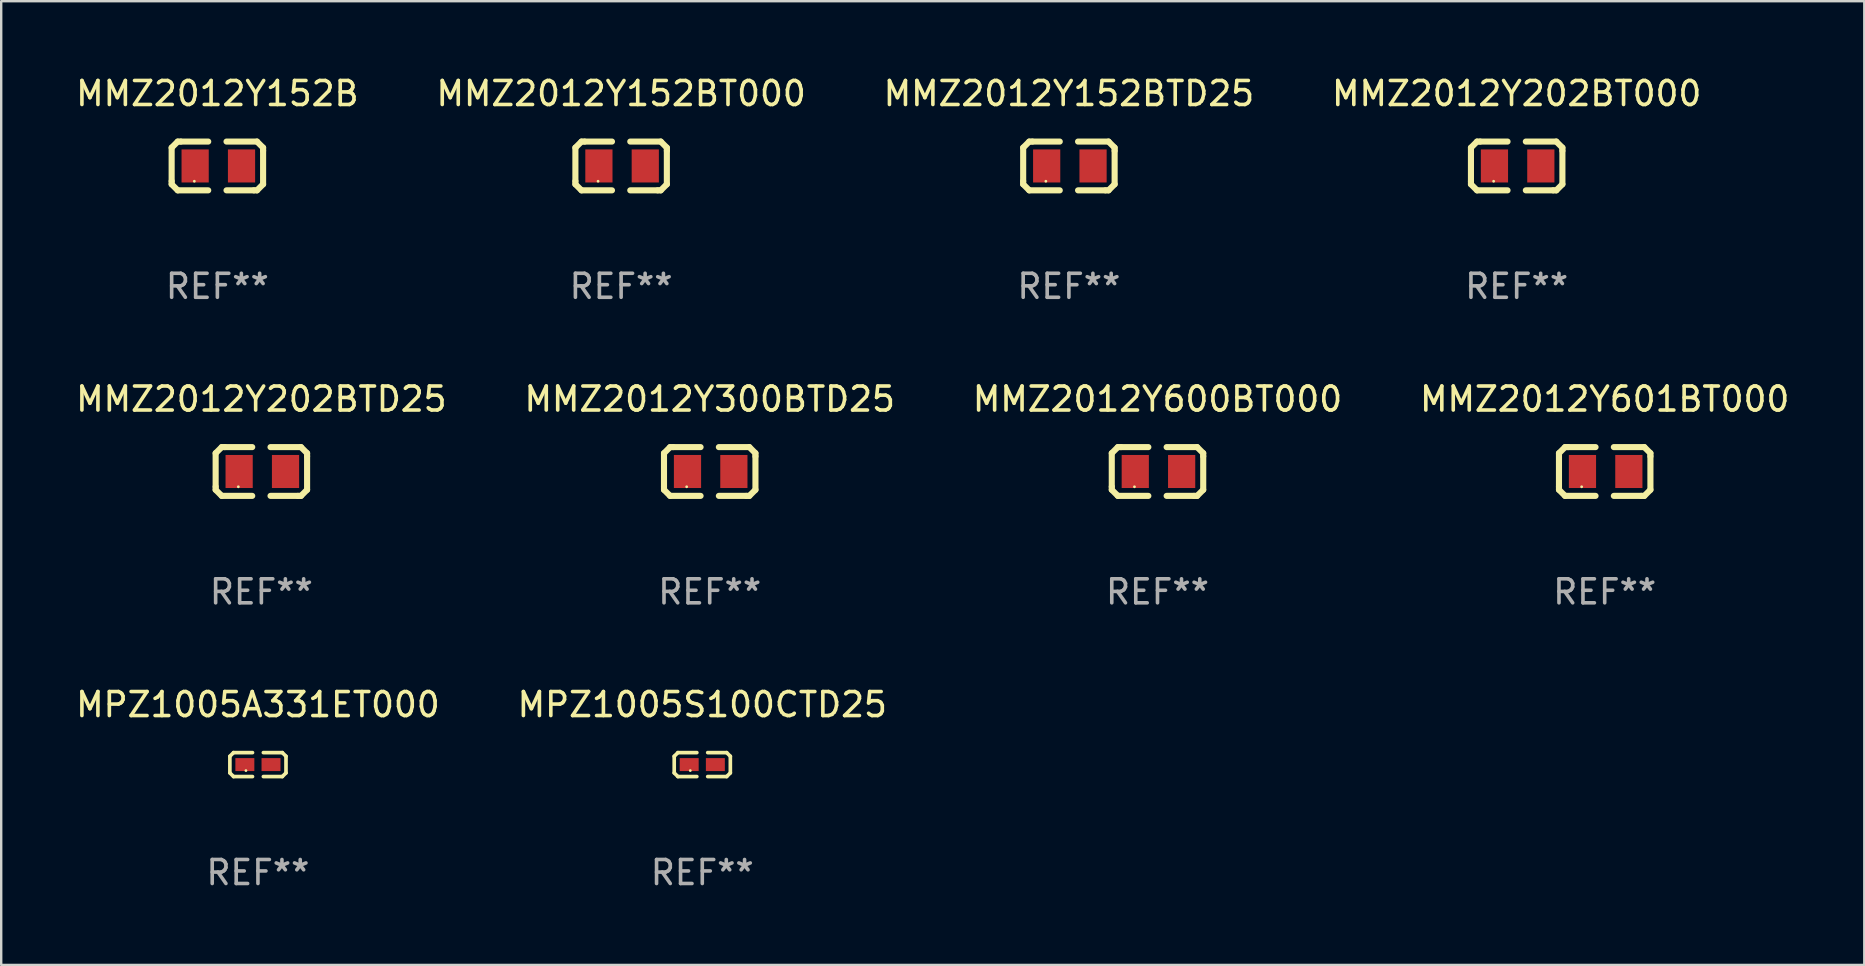
<source format=kicad_pcb>
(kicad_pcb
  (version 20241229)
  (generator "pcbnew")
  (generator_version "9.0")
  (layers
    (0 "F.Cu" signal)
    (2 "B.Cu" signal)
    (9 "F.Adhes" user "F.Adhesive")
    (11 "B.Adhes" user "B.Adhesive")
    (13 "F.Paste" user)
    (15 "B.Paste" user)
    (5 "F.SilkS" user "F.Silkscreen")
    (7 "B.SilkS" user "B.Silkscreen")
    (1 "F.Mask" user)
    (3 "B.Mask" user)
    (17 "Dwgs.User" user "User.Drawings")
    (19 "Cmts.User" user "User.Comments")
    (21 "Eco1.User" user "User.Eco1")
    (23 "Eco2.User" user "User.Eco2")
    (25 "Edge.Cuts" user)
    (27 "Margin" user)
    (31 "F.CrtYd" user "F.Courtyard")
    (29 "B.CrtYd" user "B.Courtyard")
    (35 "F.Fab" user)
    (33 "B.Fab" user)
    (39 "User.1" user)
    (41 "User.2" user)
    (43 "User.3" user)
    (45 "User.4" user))
  (footprint "MMZ2012Y601BT000"
    (layer "F.Cu")
    (at 63.804 16.593)
    (property "Reference" "MMZ2012Y601BT000" (at 0 -3.016 0) (layer "F.SilkS") (effects (font (size 1 1) (thickness 0.15))))
    (attr through_hole)
    (fp_line (start -1.905 -0.762) (end -1.905 0.635) (stroke (width 0.254) (type solid)) (layer "F.SilkS"))
    (fp_line (start -1.905 0.635) (end -1.905 0.762) (stroke (width 0.254) (type solid)) (layer "F.SilkS"))
    (fp_line (start -1.905 0.762) (end -1.651 1.016) (stroke (width 0.254) (type solid)) (layer "F.SilkS"))
    (fp_line (start -1.651 -1.016) (end -1.905 -0.762) (stroke (width 0.254) (type solid)) (layer "F.SilkS"))
    (fp_line (start -1.651 1.016) (end -0.381 1.016) (stroke (width 0.254) (type solid)) (layer "F.SilkS"))
    (fp_line (start -1.524 -1.016) (end -1.651 -1.016) (stroke (width 0.254) (type solid)) (layer "F.SilkS"))
    (fp_line (start -0.381 -1.016) (end -1.524 -1.016) (stroke (width 0.254) (type solid)) (layer "F.SilkS"))
    (fp_line (start 0.381 1.016) (end 1.524 1.016) (stroke (width 0.254) (type solid)) (layer "F.SilkS"))
    (fp_line (start 1.524 1.016) (end 1.651 1.016) (stroke (width 0.254) (type solid)) (layer "F.SilkS"))
    (fp_line (start 1.651 -1.016) (end 0.381 -1.016) (stroke (width 0.254) (type solid)) (layer "F.SilkS"))
    (fp_line (start 1.651 1.016) (end 1.905 0.762) (stroke (width 0.254) (type solid)) (layer "F.SilkS"))
    (fp_line (start 1.905 -0.762) (end 1.651 -1.016) (stroke (width 0.254) (type solid)) (layer "F.SilkS"))
    (fp_line (start 1.905 -0.635) (end 1.905 -0.762) (stroke (width 0.254) (type solid)) (layer "F.SilkS"))
    (fp_line (start 1.905 0.762) (end 1.905 -0.635) (stroke (width 0.254) (type solid)) (layer "F.SilkS"))
    (fp_circle (center -0.96 0.637) (end -0.93 0.637) (stroke (width 0.06) (type solid)) (fill no) (layer "F.SilkS"))
    (fp_text user "REF**" (at 0 5.016 0) (layer "F.Fab") (effects (font (size 1 1) (thickness 0.15))))
    (pad "1" smd rect (at -0.926 -0.000051) (size 1.133 1.377) (layers "F.Cu" "F.Mask" "F.Paste"))
    (pad "2" smd rect (at 1.006 -0.000051) (size 1.133 1.377) (layers "F.Cu" "F.Mask" "F.Paste")))
  (footprint "MMZ2012Y152B"
    (layer "F.Cu")
    (at 6.006 3.864)
    (property "Reference" "MMZ2012Y152B" (at 0 -3.016 0) (layer "F.SilkS") (effects (font (size 1 1) (thickness 0.15))))
    (attr through_hole)
    (fp_line (start -1.905 -0.762) (end -1.905 0.635) (stroke (width 0.254) (type solid)) (layer "F.SilkS"))
    (fp_line (start -1.905 0.635) (end -1.905 0.762) (stroke (width 0.254) (type solid)) (layer "F.SilkS"))
    (fp_line (start -1.905 0.762) (end -1.651 1.016) (stroke (width 0.254) (type solid)) (layer "F.SilkS"))
    (fp_line (start -1.651 -1.016) (end -1.905 -0.762) (stroke (width 0.254) (type solid)) (layer "F.SilkS"))
    (fp_line (start -1.651 1.016) (end -0.381 1.016) (stroke (width 0.254) (type solid)) (layer "F.SilkS"))
    (fp_line (start -1.524 -1.016) (end -1.651 -1.016) (stroke (width 0.254) (type solid)) (layer "F.SilkS"))
    (fp_line (start -0.381 -1.016) (end -1.524 -1.016) (stroke (width 0.254) (type solid)) (layer "F.SilkS"))
    (fp_line (start 0.381 1.016) (end 1.524 1.016) (stroke (width 0.254) (type solid)) (layer "F.SilkS"))
    (fp_line (start 1.524 1.016) (end 1.651 1.016) (stroke (width 0.254) (type solid)) (layer "F.SilkS"))
    (fp_line (start 1.651 -1.016) (end 0.381 -1.016) (stroke (width 0.254) (type solid)) (layer "F.SilkS"))
    (fp_line (start 1.651 1.016) (end 1.905 0.762) (stroke (width 0.254) (type solid)) (layer "F.SilkS"))
    (fp_line (start 1.905 -0.762) (end 1.651 -1.016) (stroke (width 0.254) (type solid)) (layer "F.SilkS"))
    (fp_line (start 1.905 -0.635) (end 1.905 -0.762) (stroke (width 0.254) (type solid)) (layer "F.SilkS"))
    (fp_line (start 1.905 0.762) (end 1.905 -0.635) (stroke (width 0.254) (type solid)) (layer "F.SilkS"))
    (fp_circle (center -0.96 0.637) (end -0.93 0.637) (stroke (width 0.06) (type solid)) (fill no) (layer "F.SilkS"))
    (fp_text user "REF**" (at 0 5.016 0) (layer "F.Fab") (effects (font (size 1 1) (thickness 0.15))))
    (pad "1" smd rect (at -0.926 -0.000051) (size 1.133 1.377) (layers "F.Cu" "F.Mask" "F.Paste"))
    (pad "2" smd rect (at 1.006 -0.000051) (size 1.133 1.377) (layers "F.Cu" "F.Mask" "F.Paste")))
  (footprint "MMZ2012Y202BTD25"
    (layer "F.Cu")
    (at 7.839 16.593)
    (property "Reference" "MMZ2012Y202BTD25" (at 0 -3.016 0) (layer "F.SilkS") (effects (font (size 1 1) (thickness 0.15))))
    (attr through_hole)
    (fp_line (start -1.905 -0.762) (end -1.905 0.635) (stroke (width 0.254) (type solid)) (layer "F.SilkS"))
    (fp_line (start -1.905 0.635) (end -1.905 0.762) (stroke (width 0.254) (type solid)) (layer "F.SilkS"))
    (fp_line (start -1.905 0.762) (end -1.651 1.016) (stroke (width 0.254) (type solid)) (layer "F.SilkS"))
    (fp_line (start -1.651 -1.016) (end -1.905 -0.762) (stroke (width 0.254) (type solid)) (layer "F.SilkS"))
    (fp_line (start -1.651 1.016) (end -0.381 1.016) (stroke (width 0.254) (type solid)) (layer "F.SilkS"))
    (fp_line (start -1.524 -1.016) (end -1.651 -1.016) (stroke (width 0.254) (type solid)) (layer "F.SilkS"))
    (fp_line (start -0.381 -1.016) (end -1.524 -1.016) (stroke (width 0.254) (type solid)) (layer "F.SilkS"))
    (fp_line (start 0.381 1.016) (end 1.524 1.016) (stroke (width 0.254) (type solid)) (layer "F.SilkS"))
    (fp_line (start 1.524 1.016) (end 1.651 1.016) (stroke (width 0.254) (type solid)) (layer "F.SilkS"))
    (fp_line (start 1.651 -1.016) (end 0.381 -1.016) (stroke (width 0.254) (type solid)) (layer "F.SilkS"))
    (fp_line (start 1.651 1.016) (end 1.905 0.762) (stroke (width 0.254) (type solid)) (layer "F.SilkS"))
    (fp_line (start 1.905 -0.762) (end 1.651 -1.016) (stroke (width 0.254) (type solid)) (layer "F.SilkS"))
    (fp_line (start 1.905 -0.635) (end 1.905 -0.762) (stroke (width 0.254) (type solid)) (layer "F.SilkS"))
    (fp_line (start 1.905 0.762) (end 1.905 -0.635) (stroke (width 0.254) (type solid)) (layer "F.SilkS"))
    (fp_circle (center -0.96 0.637) (end -0.93 0.637) (stroke (width 0.06) (type solid)) (fill no) (layer "F.SilkS"))
    (fp_text user "REF**" (at 0 5.016 0) (layer "F.Fab") (effects (font (size 1 1) (thickness 0.15))))
    (pad "1" smd rect (at -0.926 -0.000051) (size 1.133 1.377) (layers "F.Cu" "F.Mask" "F.Paste"))
    (pad "2" smd rect (at 1.006 -0.000051) (size 1.133 1.377) (layers "F.Cu" "F.Mask" "F.Paste")))
  (footprint "MMZ2012Y152BT000"
    (layer "F.Cu")
    (at 22.827 3.864)
    (property "Reference" "MMZ2012Y152BT000" (at 0 -3.016 0) (layer "F.SilkS") (effects (font (size 1 1) (thickness 0.15))))
    (attr through_hole)
    (fp_line (start -1.905 -0.762) (end -1.905 0.635) (stroke (width 0.254) (type solid)) (layer "F.SilkS"))
    (fp_line (start -1.905 0.635) (end -1.905 0.762) (stroke (width 0.254) (type solid)) (layer "F.SilkS"))
    (fp_line (start -1.905 0.762) (end -1.651 1.016) (stroke (width 0.254) (type solid)) (layer "F.SilkS"))
    (fp_line (start -1.651 -1.016) (end -1.905 -0.762) (stroke (width 0.254) (type solid)) (layer "F.SilkS"))
    (fp_line (start -1.651 1.016) (end -0.381 1.016) (stroke (width 0.254) (type solid)) (layer "F.SilkS"))
    (fp_line (start -1.524 -1.016) (end -1.651 -1.016) (stroke (width 0.254) (type solid)) (layer "F.SilkS"))
    (fp_line (start -0.381 -1.016) (end -1.524 -1.016) (stroke (width 0.254) (type solid)) (layer "F.SilkS"))
    (fp_line (start 0.381 1.016) (end 1.524 1.016) (stroke (width 0.254) (type solid)) (layer "F.SilkS"))
    (fp_line (start 1.524 1.016) (end 1.651 1.016) (stroke (width 0.254) (type solid)) (layer "F.SilkS"))
    (fp_line (start 1.651 -1.016) (end 0.381 -1.016) (stroke (width 0.254) (type solid)) (layer "F.SilkS"))
    (fp_line (start 1.651 1.016) (end 1.905 0.762) (stroke (width 0.254) (type solid)) (layer "F.SilkS"))
    (fp_line (start 1.905 -0.762) (end 1.651 -1.016) (stroke (width 0.254) (type solid)) (layer "F.SilkS"))
    (fp_line (start 1.905 -0.635) (end 1.905 -0.762) (stroke (width 0.254) (type solid)) (layer "F.SilkS"))
    (fp_line (start 1.905 0.762) (end 1.905 -0.635) (stroke (width 0.254) (type solid)) (layer "F.SilkS"))
    (fp_circle (center -0.96 0.637) (end -0.93 0.637) (stroke (width 0.06) (type solid)) (fill no) (layer "F.SilkS"))
    (fp_text user "REF**" (at 0 5.016 0) (layer "F.Fab") (effects (font (size 1 1) (thickness 0.15))))
    (pad "1" smd rect (at -0.926 -0.000051) (size 1.133 1.377) (layers "F.Cu" "F.Mask" "F.Paste"))
    (pad "2" smd rect (at 1.006 -0.000051) (size 1.133 1.377) (layers "F.Cu" "F.Mask" "F.Paste")))
  (footprint "MPZ1005S100CTD25"
    (layer "F.Cu")
    (at 26.208 28.804)
    (property "Reference" "MPZ1005S100CTD25" (at 0 -2.499 0) (layer "F.SilkS") (effects (font (size 1 1) (thickness 0.15))))
    (attr through_hole)
    (fp_line (start -1.169 -0.346) (end -1.016 -0.499) (stroke (width 0.152) (type solid)) (layer "F.SilkS"))
    (fp_line (start -1.169 0.346) (end -1.169 -0.346) (stroke (width 0.152) (type solid)) (layer "F.SilkS"))
    (fp_line (start -1.016 -0.499) (end -0.226 -0.499) (stroke (width 0.152) (type solid)) (layer "F.SilkS"))
    (fp_line (start -1.016 0.499) (end -1.169 0.346) (stroke (width 0.152) (type solid)) (layer "F.SilkS"))
    (fp_line (start -0.226 0.499) (end -1.016 0.499) (stroke (width 0.152) (type solid)) (layer "F.SilkS"))
    (fp_line (start 0.226 0.499) (end 1.016 0.499) (stroke (width 0.152) (type solid)) (layer "F.SilkS"))
    (fp_line (start 1.016 -0.499) (end 0.226 -0.499) (stroke (width 0.152) (type solid)) (layer "F.SilkS"))
    (fp_line (start 1.016 0.499) (end 1.169 0.346) (stroke (width 0.152) (type solid)) (layer "F.SilkS"))
    (fp_line (start 1.169 -0.346) (end 1.016 -0.499) (stroke (width 0.152) (type solid)) (layer "F.SilkS"))
    (fp_line (start 1.169 0.346) (end 1.169 -0.346) (stroke (width 0.152) (type solid)) (layer "F.SilkS"))
    (fp_circle (center -0.5 0.25) (end -0.47 0.25) (stroke (width 0.06) (type solid)) (fill no) (layer "F.SilkS"))
    (fp_text user "REF**" (at 0 4.499 0) (layer "F.Fab") (effects (font (size 1 1) (thickness 0.15))))
    (pad "1" smd rect (at -0.545 0) (size 0.79 0.54) (layers "F.Cu" "F.Mask" "F.Paste"))
    (pad "2" smd rect (at 0.545 0) (size 0.79 0.54) (layers "F.Cu" "F.Mask" "F.Paste")))
  (footprint "MMZ2012Y152BTD25"
    (layer "F.Cu")
    (at 41.482 3.864)
    (property "Reference" "MMZ2012Y152BTD25" (at 0 -3.016 0) (layer "F.SilkS") (effects (font (size 1 1) (thickness 0.15))))
    (attr through_hole)
    (fp_line (start -1.905 -0.762) (end -1.905 0.635) (stroke (width 0.254) (type solid)) (layer "F.SilkS"))
    (fp_line (start -1.905 0.635) (end -1.905 0.762) (stroke (width 0.254) (type solid)) (layer "F.SilkS"))
    (fp_line (start -1.905 0.762) (end -1.651 1.016) (stroke (width 0.254) (type solid)) (layer "F.SilkS"))
    (fp_line (start -1.651 -1.016) (end -1.905 -0.762) (stroke (width 0.254) (type solid)) (layer "F.SilkS"))
    (fp_line (start -1.651 1.016) (end -0.381 1.016) (stroke (width 0.254) (type solid)) (layer "F.SilkS"))
    (fp_line (start -1.524 -1.016) (end -1.651 -1.016) (stroke (width 0.254) (type solid)) (layer "F.SilkS"))
    (fp_line (start -0.381 -1.016) (end -1.524 -1.016) (stroke (width 0.254) (type solid)) (layer "F.SilkS"))
    (fp_line (start 0.381 1.016) (end 1.524 1.016) (stroke (width 0.254) (type solid)) (layer "F.SilkS"))
    (fp_line (start 1.524 1.016) (end 1.651 1.016) (stroke (width 0.254) (type solid)) (layer "F.SilkS"))
    (fp_line (start 1.651 -1.016) (end 0.381 -1.016) (stroke (width 0.254) (type solid)) (layer "F.SilkS"))
    (fp_line (start 1.651 1.016) (end 1.905 0.762) (stroke (width 0.254) (type solid)) (layer "F.SilkS"))
    (fp_line (start 1.905 -0.762) (end 1.651 -1.016) (stroke (width 0.254) (type solid)) (layer "F.SilkS"))
    (fp_line (start 1.905 -0.635) (end 1.905 -0.762) (stroke (width 0.254) (type solid)) (layer "F.SilkS"))
    (fp_line (start 1.905 0.762) (end 1.905 -0.635) (stroke (width 0.254) (type solid)) (layer "F.SilkS"))
    (fp_circle (center -0.96 0.637) (end -0.93 0.637) (stroke (width 0.06) (type solid)) (fill no) (layer "F.SilkS"))
    (fp_text user "REF**" (at 0 5.016 0) (layer "F.Fab") (effects (font (size 1 1) (thickness 0.15))))
    (pad "1" smd rect (at -0.926 -0.000051) (size 1.133 1.377) (layers "F.Cu" "F.Mask" "F.Paste"))
    (pad "2" smd rect (at 1.006 -0.000051) (size 1.133 1.377) (layers "F.Cu" "F.Mask" "F.Paste")))
  (footprint "MMZ2012Y202BT000"
    (layer "F.Cu")
    (at 60.137 3.864)
    (property "Reference" "MMZ2012Y202BT000" (at 0 -3.016 0) (layer "F.SilkS") (effects (font (size 1 1) (thickness 0.15))))
    (attr through_hole)
    (fp_line (start -1.905 -0.762) (end -1.905 0.635) (stroke (width 0.254) (type solid)) (layer "F.SilkS"))
    (fp_line (start -1.905 0.635) (end -1.905 0.762) (stroke (width 0.254) (type solid)) (layer "F.SilkS"))
    (fp_line (start -1.905 0.762) (end -1.651 1.016) (stroke (width 0.254) (type solid)) (layer "F.SilkS"))
    (fp_line (start -1.651 -1.016) (end -1.905 -0.762) (stroke (width 0.254) (type solid)) (layer "F.SilkS"))
    (fp_line (start -1.651 1.016) (end -0.381 1.016) (stroke (width 0.254) (type solid)) (layer "F.SilkS"))
    (fp_line (start -1.524 -1.016) (end -1.651 -1.016) (stroke (width 0.254) (type solid)) (layer "F.SilkS"))
    (fp_line (start -0.381 -1.016) (end -1.524 -1.016) (stroke (width 0.254) (type solid)) (layer "F.SilkS"))
    (fp_line (start 0.381 1.016) (end 1.524 1.016) (stroke (width 0.254) (type solid)) (layer "F.SilkS"))
    (fp_line (start 1.524 1.016) (end 1.651 1.016) (stroke (width 0.254) (type solid)) (layer "F.SilkS"))
    (fp_line (start 1.651 -1.016) (end 0.381 -1.016) (stroke (width 0.254) (type solid)) (layer "F.SilkS"))
    (fp_line (start 1.651 1.016) (end 1.905 0.762) (stroke (width 0.254) (type solid)) (layer "F.SilkS"))
    (fp_line (start 1.905 -0.762) (end 1.651 -1.016) (stroke (width 0.254) (type solid)) (layer "F.SilkS"))
    (fp_line (start 1.905 -0.635) (end 1.905 -0.762) (stroke (width 0.254) (type solid)) (layer "F.SilkS"))
    (fp_line (start 1.905 0.762) (end 1.905 -0.635) (stroke (width 0.254) (type solid)) (layer "F.SilkS"))
    (fp_circle (center -0.96 0.637) (end -0.93 0.637) (stroke (width 0.06) (type solid)) (fill no) (layer "F.SilkS"))
    (fp_text user "REF**" (at 0 5.016 0) (layer "F.Fab") (effects (font (size 1 1) (thickness 0.15))))
    (pad "1" smd rect (at -0.926 -0.000051) (size 1.133 1.377) (layers "F.Cu" "F.Mask" "F.Paste"))
    (pad "2" smd rect (at 1.006 -0.000051) (size 1.133 1.377) (layers "F.Cu" "F.Mask" "F.Paste")))
  (footprint "MMZ2012Y300BTD25"
    (layer "F.Cu")
    (at 26.518 16.593)
    (property "Reference" "MMZ2012Y300BTD25" (at 0 -3.016 0) (layer "F.SilkS") (effects (font (size 1 1) (thickness 0.15))))
    (attr through_hole)
    (fp_line (start -1.905 -0.762) (end -1.905 0.635) (stroke (width 0.254) (type solid)) (layer "F.SilkS"))
    (fp_line (start -1.905 0.635) (end -1.905 0.762) (stroke (width 0.254) (type solid)) (layer "F.SilkS"))
    (fp_line (start -1.905 0.762) (end -1.651 1.016) (stroke (width 0.254) (type solid)) (layer "F.SilkS"))
    (fp_line (start -1.651 -1.016) (end -1.905 -0.762) (stroke (width 0.254) (type solid)) (layer "F.SilkS"))
    (fp_line (start -1.651 1.016) (end -0.381 1.016) (stroke (width 0.254) (type solid)) (layer "F.SilkS"))
    (fp_line (start -1.524 -1.016) (end -1.651 -1.016) (stroke (width 0.254) (type solid)) (layer "F.SilkS"))
    (fp_line (start -0.381 -1.016) (end -1.524 -1.016) (stroke (width 0.254) (type solid)) (layer "F.SilkS"))
    (fp_line (start 0.381 1.016) (end 1.524 1.016) (stroke (width 0.254) (type solid)) (layer "F.SilkS"))
    (fp_line (start 1.524 1.016) (end 1.651 1.016) (stroke (width 0.254) (type solid)) (layer "F.SilkS"))
    (fp_line (start 1.651 -1.016) (end 0.381 -1.016) (stroke (width 0.254) (type solid)) (layer "F.SilkS"))
    (fp_line (start 1.651 1.016) (end 1.905 0.762) (stroke (width 0.254) (type solid)) (layer "F.SilkS"))
    (fp_line (start 1.905 -0.762) (end 1.651 -1.016) (stroke (width 0.254) (type solid)) (layer "F.SilkS"))
    (fp_line (start 1.905 -0.635) (end 1.905 -0.762) (stroke (width 0.254) (type solid)) (layer "F.SilkS"))
    (fp_line (start 1.905 0.762) (end 1.905 -0.635) (stroke (width 0.254) (type solid)) (layer "F.SilkS"))
    (fp_circle (center -0.96 0.637) (end -0.93 0.637) (stroke (width 0.06) (type solid)) (fill no) (layer "F.SilkS"))
    (fp_text user "REF**" (at 0 5.016 0) (layer "F.Fab") (effects (font (size 1 1) (thickness 0.15))))
    (pad "1" smd rect (at -0.926 -0.000051) (size 1.133 1.377) (layers "F.Cu" "F.Mask" "F.Paste"))
    (pad "2" smd rect (at 1.006 -0.000051) (size 1.133 1.377) (layers "F.Cu" "F.Mask" "F.Paste")))
  (footprint "MMZ2012Y600BT000"
    (layer "F.Cu")
    (at 45.173 16.593)
    (property "Reference" "MMZ2012Y600BT000" (at 0 -3.016 0) (layer "F.SilkS") (effects (font (size 1 1) (thickness 0.15))))
    (attr through_hole)
    (fp_line (start -1.905 -0.762) (end -1.905 0.635) (stroke (width 0.254) (type solid)) (layer "F.SilkS"))
    (fp_line (start -1.905 0.635) (end -1.905 0.762) (stroke (width 0.254) (type solid)) (layer "F.SilkS"))
    (fp_line (start -1.905 0.762) (end -1.651 1.016) (stroke (width 0.254) (type solid)) (layer "F.SilkS"))
    (fp_line (start -1.651 -1.016) (end -1.905 -0.762) (stroke (width 0.254) (type solid)) (layer "F.SilkS"))
    (fp_line (start -1.651 1.016) (end -0.381 1.016) (stroke (width 0.254) (type solid)) (layer "F.SilkS"))
    (fp_line (start -1.524 -1.016) (end -1.651 -1.016) (stroke (width 0.254) (type solid)) (layer "F.SilkS"))
    (fp_line (start -0.381 -1.016) (end -1.524 -1.016) (stroke (width 0.254) (type solid)) (layer "F.SilkS"))
    (fp_line (start 0.381 1.016) (end 1.524 1.016) (stroke (width 0.254) (type solid)) (layer "F.SilkS"))
    (fp_line (start 1.524 1.016) (end 1.651 1.016) (stroke (width 0.254) (type solid)) (layer "F.SilkS"))
    (fp_line (start 1.651 -1.016) (end 0.381 -1.016) (stroke (width 0.254) (type solid)) (layer "F.SilkS"))
    (fp_line (start 1.651 1.016) (end 1.905 0.762) (stroke (width 0.254) (type solid)) (layer "F.SilkS"))
    (fp_line (start 1.905 -0.762) (end 1.651 -1.016) (stroke (width 0.254) (type solid)) (layer "F.SilkS"))
    (fp_line (start 1.905 -0.635) (end 1.905 -0.762) (stroke (width 0.254) (type solid)) (layer "F.SilkS"))
    (fp_line (start 1.905 0.762) (end 1.905 -0.635) (stroke (width 0.254) (type solid)) (layer "F.SilkS"))
    (fp_circle (center -0.96 0.637) (end -0.93 0.637) (stroke (width 0.06) (type solid)) (fill no) (layer "F.SilkS"))
    (fp_text user "REF**" (at 0 5.016 0) (layer "F.Fab") (effects (font (size 1 1) (thickness 0.15))))
    (pad "1" smd rect (at -0.926 -0.000051) (size 1.133 1.377) (layers "F.Cu" "F.Mask" "F.Paste"))
    (pad "2" smd rect (at 1.006 -0.000051) (size 1.133 1.377) (layers "F.Cu" "F.Mask" "F.Paste")))
  (footprint "MPZ1005A331ET000"
    (layer "F.Cu")
    (at 7.696 28.804)
    (property "Reference" "MPZ1005A331ET000" (at 0 -2.499 0) (layer "F.SilkS") (effects (font (size 1 1) (thickness 0.15))))
    (attr through_hole)
    (fp_line (start -1.169 -0.346) (end -1.016 -0.499) (stroke (width 0.152) (type solid)) (layer "F.SilkS"))
    (fp_line (start -1.169 0.346) (end -1.169 -0.346) (stroke (width 0.152) (type solid)) (layer "F.SilkS"))
    (fp_line (start -1.016 -0.499) (end -0.226 -0.499) (stroke (width 0.152) (type solid)) (layer "F.SilkS"))
    (fp_line (start -1.016 0.499) (end -1.169 0.346) (stroke (width 0.152) (type solid)) (layer "F.SilkS"))
    (fp_line (start -0.226 0.499) (end -1.016 0.499) (stroke (width 0.152) (type solid)) (layer "F.SilkS"))
    (fp_line (start 0.226 0.499) (end 1.016 0.499) (stroke (width 0.152) (type solid)) (layer "F.SilkS"))
    (fp_line (start 1.016 -0.499) (end 0.226 -0.499) (stroke (width 0.152) (type solid)) (layer "F.SilkS"))
    (fp_line (start 1.016 0.499) (end 1.169 0.346) (stroke (width 0.152) (type solid)) (layer "F.SilkS"))
    (fp_line (start 1.169 -0.346) (end 1.016 -0.499) (stroke (width 0.152) (type solid)) (layer "F.SilkS"))
    (fp_line (start 1.169 0.346) (end 1.169 -0.346) (stroke (width 0.152) (type solid)) (layer "F.SilkS"))
    (fp_circle (center -0.5 0.25) (end -0.47 0.25) (stroke (width 0.06) (type solid)) (fill no) (layer "F.SilkS"))
    (fp_text user "REF**" (at 0 4.499 0) (layer "F.Fab") (effects (font (size 1 1) (thickness 0.15))))
    (pad "1" smd rect (at -0.545 0) (size 0.79 0.54) (layers "F.Cu" "F.Mask" "F.Paste"))
    (pad "2" smd rect (at 0.545 0) (size 0.79 0.54) (layers "F.Cu" "F.Mask" "F.Paste")))
  (gr_rect
    (start -3 -3)
    (end 74.619 37.151)
    (stroke (width 0.1) (type default))
    (fill no)
    (layer "Edge.Cuts")))
</source>
